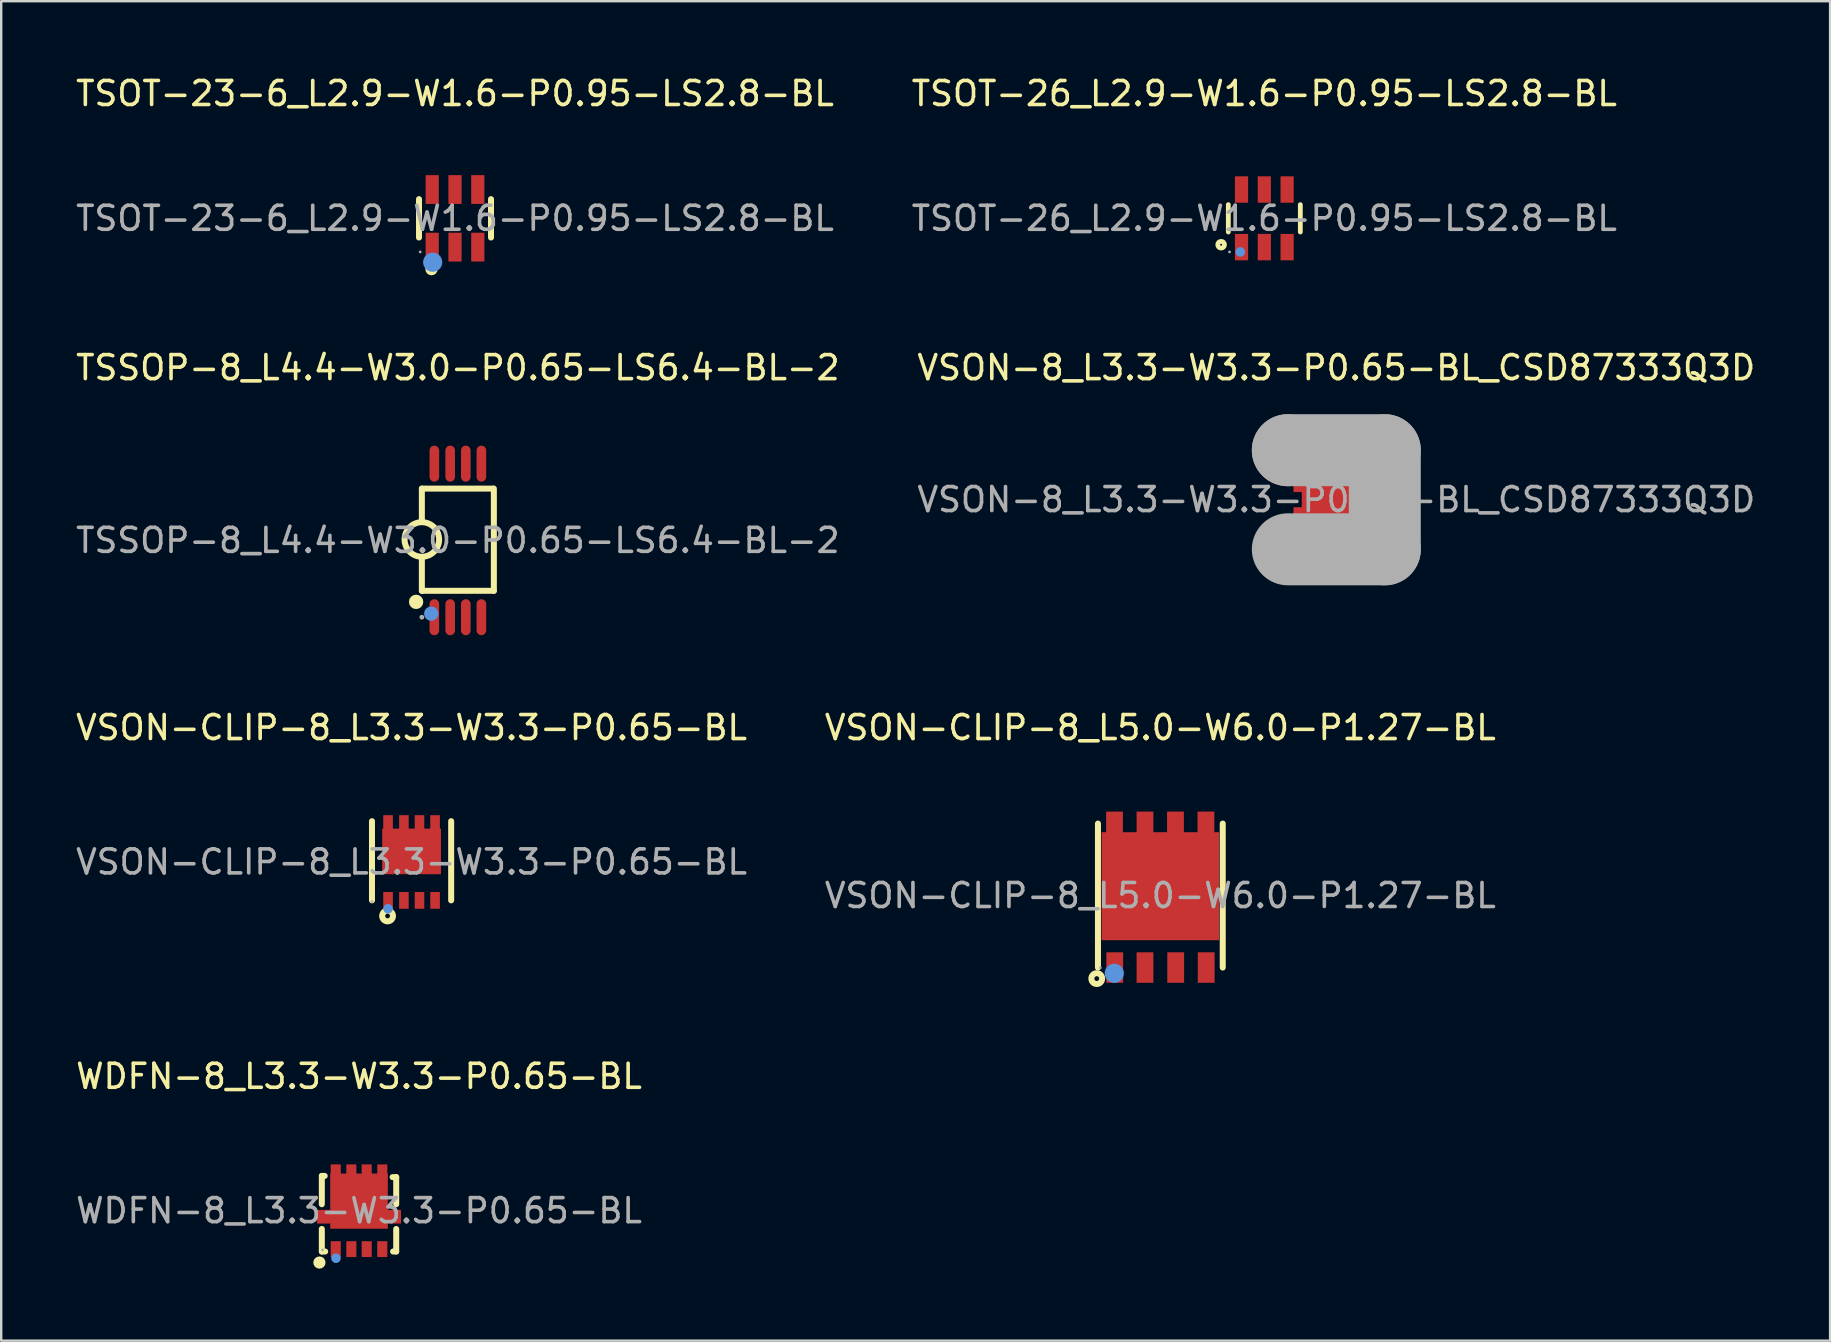
<source format=kicad_pcb>
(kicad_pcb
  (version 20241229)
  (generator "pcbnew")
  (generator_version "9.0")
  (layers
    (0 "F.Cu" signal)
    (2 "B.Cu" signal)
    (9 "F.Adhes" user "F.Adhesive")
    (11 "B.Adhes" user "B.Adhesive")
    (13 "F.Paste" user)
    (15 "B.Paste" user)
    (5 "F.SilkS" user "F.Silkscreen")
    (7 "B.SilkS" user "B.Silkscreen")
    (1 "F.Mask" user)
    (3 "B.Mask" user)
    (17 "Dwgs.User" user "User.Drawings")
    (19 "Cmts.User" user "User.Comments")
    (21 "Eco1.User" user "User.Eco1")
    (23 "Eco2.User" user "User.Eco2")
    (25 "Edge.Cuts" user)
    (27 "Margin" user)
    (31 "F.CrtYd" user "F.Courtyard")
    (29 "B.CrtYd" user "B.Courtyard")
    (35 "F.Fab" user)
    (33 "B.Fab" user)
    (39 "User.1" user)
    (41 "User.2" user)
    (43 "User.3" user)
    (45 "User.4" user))
  (footprint "TSSOP-8_L4.4-W3.0-P0.65-LS6.4-BL-2"
    (layer "F.Cu")
    (at 16.03 19.471)
    (property "Reference" "TSSOP-8_L4.4-W3.0-P0.65-LS6.4-BL-2" (at 0 -7.2 0) (layer "F.SilkS") (effects (font (size 1 1) (thickness 0.15))))
    (attr through_hole)
    (fp_line (start -1.5 -0.77) (end -1.5 -2.16) (stroke (width 0.25) (type solid)) (layer "F.SilkS"))
    (fp_line (start -1.5 2.1) (end -1.5 0.71) (stroke (width 0.25) (type solid)) (layer "F.SilkS"))
    (fp_line (start -1.5 2.1) (end 1.5 2.1) (stroke (width 0.25) (type solid)) (layer "F.SilkS"))
    (fp_line (start 1.46 -2.16) (end -1.5 -2.16) (stroke (width 0.25) (type solid)) (layer "F.SilkS"))
    (fp_line (start 1.5 2.1) (end 1.5 -2.16) (stroke (width 0.25) (type solid)) (layer "F.SilkS"))
    (fp_arc (start -1.74 2.56) (mid -1.74 2.56) (end -1.74 2.56) (stroke (width 0.3) (type solid)) (layer "F.SilkS"))
    (fp_arc (start -1.512566 0.67989) (mid -1.493717 -0.759972) (end -1.5 0.68) (stroke (width 0.25) (type solid)) (layer "F.SilkS"))
    (fp_circle (center -1.11 3.05) (end -0.96 3.05) (stroke (width 0.3) (type solid)) (fill no) (layer "Cmts.User"))
    (fp_circle (center -1.5 3.2) (end -1.45 3.2) (stroke (width 0.1) (type solid)) (fill no) (layer "F.Fab"))
    (fp_text user "${REFERENCE}" (at 0 0 0) (layer "F.Fab") (effects (font (size 1 1) (thickness 0.15))))
    (pad "1" smd oval (at -0.98 3.2 180) (size 0.4 1.5) (layers "F.Cu" "F.Mask" "F.Paste"))
    (pad "2" smd oval (at -0.32 3.2 180) (size 0.4 1.5) (layers "F.Cu" "F.Mask" "F.Paste"))
    (pad "3" smd oval (at 0.33 3.2 180) (size 0.4 1.5) (layers "F.Cu" "F.Mask" "F.Paste"))
    (pad "4" smd oval (at 0.98 3.2 180) (size 0.4 1.5) (layers "F.Cu" "F.Mask" "F.Paste"))
    (pad "5" smd oval (at 0.98 -3.2 180) (size 0.4 1.5) (layers "F.Cu" "F.Mask" "F.Paste"))
    (pad "6" smd oval (at 0.33 -3.2 180) (size 0.4 1.5) (layers "F.Cu" "F.Mask" "F.Paste"))
    (pad "7" smd oval (at -0.32 -3.2 180) (size 0.4 1.5) (layers "F.Cu" "F.Mask" "F.Paste"))
    (pad "8" smd oval (at -0.98 -3.2 180) (size 0.4 1.5) (layers "F.Cu" "F.Mask" "F.Paste")))
  (footprint "VSON-CLIP-8_L5.0-W6.0-P1.27-BL"
    (layer "F.Cu")
    (at 45.304 34.27)
    (property "Reference" "VSON-CLIP-8_L5.0-W6.0-P1.27-BL" (at 0 -7 0) (layer "F.SilkS") (effects (font (size 1 1) (thickness 0.15))))
    (attr through_hole)
    (fp_line (start -2.6 -3) (end -2.6 3) (stroke (width 0.25) (type solid)) (layer "F.SilkS"))
    (fp_line (start 2.6 -3) (end 2.6 3) (stroke (width 0.25) (type solid)) (layer "F.SilkS"))
    (fp_circle (center -2.65 3.46) (end -2.55 3.46) (stroke (width 0.25) (type solid)) (fill no) (layer "F.SilkS"))
    (fp_circle (center -1.92 3.24) (end -1.72 3.24) (stroke (width 0.4) (type solid)) (fill no) (layer "Cmts.User"))
    (fp_circle (center -2.5 3.01) (end -2.47 3.01) (stroke (width 0.06) (type solid)) (fill no) (layer "F.Fab"))
    (fp_text user "${REFERENCE}" (at 0 0 0) (layer "F.Fab") (effects (font (size 1 1) (thickness 0.15))))
    (pad "1" smd rect (at -1.9 3) (size 0.7 1.27) (layers "F.Cu" "F.Mask" "F.Paste"))
    (pad "2" smd rect (at -0.64 3) (size 0.7 1.27) (layers "F.Cu" "F.Mask" "F.Paste"))
    (pad "3" smd rect (at 0.64 3) (size 0.7 1.27) (layers "F.Cu" "F.Mask" "F.Paste"))
    (pad "4" smd rect (at 1.91 3) (size 0.7 1.27) (layers "F.Cu" "F.Mask" "F.Paste"))
    (pad "5" smd rect (at 1.9 -3) (size 0.7 1) (layers "F.Cu" "F.Mask" "F.Paste"))
    (pad "6" smd rect (at 0.63 -3) (size 0.7 1) (layers "F.Cu" "F.Mask" "F.Paste"))
    (pad "7" smd rect (at -0.64 -3) (size 0.7 1) (layers "F.Cu" "F.Mask" "F.Paste"))
    (pad "8" smd rect (at -1.91 -3) (size 0.7 1) (layers "F.Cu" "F.Mask" "F.Paste"))
    (pad "8" smd rect (at 0 -0.39) (size 4.9 4.5) (layers "F.Cu" "F.Mask" "F.Paste")))
  (footprint "TSOT-26_L2.9-W1.6-P0.95-LS2.8-BL"
    (layer "F.Cu")
    (at 49.637 6.048)
    (property "Reference" "TSOT-26_L2.9-W1.6-P0.95-LS2.8-BL" (at 0 -5.2 0) (layer "F.SilkS") (effects (font (size 1 1) (thickness 0.15))))
    (attr through_hole)
    (fp_line (start -1.5 0.57) (end -1.5 -0.57) (stroke (width 0.2) (type solid)) (layer "F.SilkS"))
    (fp_line (start 1.5 -0.57) (end 1.5 0.57) (stroke (width 0.2) (type solid)) (layer "F.SilkS"))
    (fp_circle (center -1.8 1.1) (end -1.66 1.1) (stroke (width 0.2) (type solid)) (fill no) (layer "F.SilkS"))
    (fp_circle (center -1 1.4) (end -0.9 1.4) (stroke (width 0.2) (type solid)) (fill no) (layer "Cmts.User"))
    (fp_circle (center -1.45 1.4) (end -1.42 1.4) (stroke (width 0.06) (type solid)) (fill no) (layer "F.Fab"))
    (fp_text user "${REFERENCE}" (at 0 0 0) (layer "F.Fab") (effects (font (size 1 1) (thickness 0.15))))
    (pad "1" smd rect (at -0.95 1.2 180) (size 0.55 1.1) (layers "F.Cu" "F.Mask" "F.Paste"))
    (pad "2" smd rect (at 0 1.2 180) (size 0.55 1.1) (layers "F.Cu" "F.Mask" "F.Paste"))
    (pad "3" smd rect (at 0.95 1.2 180) (size 0.55 1.1) (layers "F.Cu" "F.Mask" "F.Paste"))
    (pad "4" smd rect (at 0.95 -1.2 180) (size 0.55 1.1) (layers "F.Cu" "F.Mask" "F.Paste"))
    (pad "5" smd rect (at 0 -1.2 180) (size 0.55 1.1) (layers "F.Cu" "F.Mask" "F.Paste"))
    (pad "6" smd rect (at -0.95 -1.2 180) (size 0.55 1.1) (layers "F.Cu" "F.Mask" "F.Paste")))
  (footprint "VSON-CLIP-8_L3.3-W3.3-P0.65-BL"
    (layer "F.Cu")
    (at 14.101 32.87)
    (property "Reference" "VSON-CLIP-8_L3.3-W3.3-P0.65-BL" (at 0 -5.6 0) (layer "F.SilkS") (effects (font (size 1 1) (thickness 0.15))))
    (attr through_hole)
    (fp_line (start -1.65 -1.7) (end -1.65 1.6) (stroke (width 0.25) (type solid)) (layer "F.SilkS"))
    (fp_line (start 1.65 -1.7) (end 1.65 1.6) (stroke (width 0.25) (type solid)) (layer "F.SilkS"))
    (fp_circle (center -1 2.25) (end -0.9 2.25) (stroke (width 0.25) (type solid)) (fill no) (layer "F.SilkS"))
    (fp_circle (center -0.98 1.95) (end -0.88 1.95) (stroke (width 0.2) (type solid)) (fill no) (layer "Cmts.User"))
    (fp_circle (center -1.65 1.65) (end -1.62 1.65) (stroke (width 0.06) (type solid)) (fill no) (layer "F.Fab"))
    (fp_text user "${REFERENCE}" (at 0 0 0) (layer "F.Fab") (effects (font (size 1 1) (thickness 0.15))))
    (pad "1" smd rect (at -0.98 1.6) (size 0.4 0.7) (layers "F.Cu" "F.Mask" "F.Paste"))
    (pad "2" smd rect (at -0.32 1.6) (size 0.4 0.7) (layers "F.Cu" "F.Mask" "F.Paste"))
    (pad "3" smd rect (at 0.33 1.6) (size 0.4 0.7) (layers "F.Cu" "F.Mask" "F.Paste"))
    (pad "4" smd rect (at 0.98 1.6) (size 0.4 0.7) (layers "F.Cu" "F.Mask" "F.Paste"))
    (pad "5" smd rect (at 0.98 -1.6) (size 0.4 0.7) (layers "F.Cu" "F.Mask" "F.Paste"))
    (pad "6" smd rect (at 0.33 -1.6) (size 0.4 0.7) (layers "F.Cu" "F.Mask" "F.Paste"))
    (pad "7" smd rect (at -0.32 -1.6) (size 0.4 0.7) (layers "F.Cu" "F.Mask" "F.Paste"))
    (pad "8" smd rect (at -0.98 -1.6) (size 0.4 0.7) (layers "F.Cu" "F.Mask" "F.Paste"))
    (pad "8" smd rect (at 0 -0.44) (size 2.45 1.9) (layers "F.Cu" "F.Mask" "F.Paste")))
  (footprint "VSON-8_L3.3-W3.3-P0.65-BL_CSD87333Q3D"
    (layer "F.Cu")
    (at 52.637 17.771)
    (property "Reference" "VSON-8_L3.3-W3.3-P0.65-BL_CSD87333Q3D" (at 0 -5.5 0) (layer "F.SilkS") (effects (font (size 1 1) (thickness 0.15))))
    (attr through_hole)
    (fp_circle (center -1.17 2.49) (end -1.03 2.49) (stroke (width 0.25) (type solid)) (fill no) (layer "F.SilkS"))
    (fp_line (start -2.02 -2.06) (end -2.02 -2.06) (stroke (width 3) (type solid)) (layer "F.Fab"))
    (fp_line (start -2.02 -2.06) (end 2.02 -2.06) (stroke (width 3) (type solid)) (layer "F.Fab"))
    (fp_line (start 2.02 -2.06) (end 2.02 2.07) (stroke (width 3) (type solid)) (layer "F.Fab"))
    (fp_line (start 2.02 2.07) (end -2.02 2.07) (stroke (width 3) (type solid)) (layer "F.Fab"))
    (fp_circle (center -2.15 2.76) (end -2.12 2.76) (stroke (width 0.06) (type solid)) (fill no) (layer "F.Fab"))
    (fp_text user "${REFERENCE}" (at 0 0 0) (layer "F.Fab") (effects (font (size 1 1) (thickness 0.15))))
    (pad "1" smd rect (at -0.95 1.5 180) (size 0.7 0.65) (layers "F.Cu" "F.Mask" "F.Paste"))
    (pad "2" smd rect (at -0.41 1.5 180) (size 0.55 0.65) (layers "F.Cu" "F.Mask" "F.Paste"))
    (pad "3" smd rect (at 0.29 1.5 180) (size 0.45 0.65) (layers "F.Cu" "F.Mask" "F.Paste"))
    (pad "4" smd rect (at 0.94 1.5 180) (size 0.45 0.65) (layers "F.Cu" "F.Mask" "F.Paste"))
    (pad "5" smd rect (at 0.94 -1.5 180) (size 0.45 0.65) (layers "F.Cu" "F.Mask" "F.Paste"))
    (pad "6" smd rect (at 0.29 -1.5 180) (size 0.45 0.65) (layers "F.Cu" "F.Mask" "F.Paste"))
    (pad "7" smd rect (at -0.36 -1.5 180) (size 0.45 0.65) (layers "F.Cu" "F.Mask" "F.Paste"))
    (pad "8" smd rect (at -1.01 -1.5 180) (size 0.45 0.65) (layers "F.Cu" "F.Mask" "F.Paste"))
    (pad "9" smd rect (at -1.46 -0.49 90) (size 0.35 0.65) (layers "F.Cu" "F.Mask" "F.Paste"))
    (pad "9" smd rect (at -1.46 0.49 90) (size 0.35 0.65) (layers "F.Cu" "F.Mask" "F.Paste"))
    (pad "9" smd rect (at -0.04 0 90) (size 1.9 2.8) (layers "F.Cu" "F.Mask" "F.Paste"))
    (pad "9" smd rect (at 1.46 -0.49 90) (size 0.35 0.65) (layers "F.Cu" "F.Mask" "F.Paste"))
    (pad "9" smd rect (at 1.46 0.49 90) (size 0.35 0.65) (layers "F.Cu" "F.Mask" "F.Paste")))
  (footprint "TSOT-23-6_L2.9-W1.6-P0.95-LS2.8-BL"
    (layer "F.Cu")
    (at 15.911 6.048)
    (property "Reference" "TSOT-23-6_L2.9-W1.6-P0.95-LS2.8-BL" (at 0 -5.2 0) (layer "F.SilkS") (effects (font (size 1 1) (thickness 0.15))))
    (attr through_hole)
    (fp_line (start -1.5 0.8) (end -1.5 -0.8) (stroke (width 0.25) (type solid)) (layer "F.SilkS"))
    (fp_line (start 1.5 -0.8) (end 1.5 0.8) (stroke (width 0.25) (type solid)) (layer "F.SilkS"))
    (fp_circle (center -0.98 2.12) (end -0.85 2.12) (stroke (width 0.25) (type solid)) (fill no) (layer "F.SilkS"))
    (fp_circle (center -0.93 1.83) (end -0.73 1.83) (stroke (width 0.4) (type solid)) (fill no) (layer "Cmts.User"))
    (fp_circle (center -1.45 1.4) (end -1.42 1.4) (stroke (width 0.06) (type solid)) (fill no) (layer "F.Fab"))
    (fp_text user "${REFERENCE}" (at 0 0 0) (layer "F.Fab") (effects (font (size 1 1) (thickness 0.15))))
    (pad "1" smd rect (at -0.95 1.2) (size 0.55 1.2) (layers "F.Cu" "F.Mask" "F.Paste"))
    (pad "2" smd rect (at 0 1.2) (size 0.55 1.2) (layers "F.Cu" "F.Mask" "F.Paste"))
    (pad "3" smd rect (at 0.95 1.2) (size 0.55 1.2) (layers "F.Cu" "F.Mask" "F.Paste"))
    (pad "4" smd rect (at 0.95 -1.2) (size 0.55 1.2) (layers "F.Cu" "F.Mask" "F.Paste"))
    (pad "5" smd rect (at 0 -1.2) (size 0.55 1.2) (layers "F.Cu" "F.Mask" "F.Paste"))
    (pad "6" smd rect (at -0.95 -1.2) (size 0.55 1.2) (layers "F.Cu" "F.Mask" "F.Paste")))
  (footprint "WDFN-8_L3.3-W3.3-P0.65-BL"
    (layer "F.Cu")
    (at 11.911 47.403)
    (property "Reference" "WDFN-8_L3.3-W3.3-P0.65-BL" (at 0 -5.6 0) (layer "F.SilkS") (effects (font (size 1 1) (thickness 0.15))))
    (attr through_hole)
    (fp_line (start -1.55 -1.45) (end -1.55 -0.27) (stroke (width 0.25) (type solid)) (layer "F.SilkS"))
    (fp_line (start -1.55 0.76) (end -1.55 1.7) (stroke (width 0.25) (type solid)) (layer "F.SilkS"))
    (fp_line (start -1.55 1.7) (end -1.41 1.7) (stroke (width 0.25) (type solid)) (layer "F.SilkS"))
    (fp_line (start -1.43 -1.45) (end -1.55 -1.45) (stroke (width 0.25) (type solid)) (layer "F.SilkS"))
    (fp_line (start 1.42 1.7) (end 1.55 1.7) (stroke (width 0.25) (type solid)) (layer "F.SilkS"))
    (fp_line (start 1.55 -1.4) (end 1.4 -1.4) (stroke (width 0.25) (type solid)) (layer "F.SilkS"))
    (fp_line (start 1.55 -0.27) (end 1.55 -1.4) (stroke (width 0.25) (type solid)) (layer "F.SilkS"))
    (fp_line (start 1.55 1.7) (end 1.55 0.76) (stroke (width 0.25) (type solid)) (layer "F.SilkS"))
    (fp_circle (center -1.65 2.16) (end -1.52 2.16) (stroke (width 0.25) (type solid)) (fill no) (layer "F.SilkS"))
    (fp_circle (center -0.96 1.98) (end -0.86 1.98) (stroke (width 0.2) (type solid)) (fill no) (layer "Cmts.User"))
    (fp_circle (center -1.52 1.63) (end -1.49 1.63) (stroke (width 0.06) (type solid)) (fill no) (layer "F.Fab"))
    (fp_text user "${REFERENCE}" (at 0 0 0) (layer "F.Fab") (effects (font (size 1 1) (thickness 0.15))))
    (pad "1" smd rect (at -0.97 1.6 270) (size 0.66 0.42) (layers "F.Cu" "F.Mask" "F.Paste"))
    (pad "2" smd rect (at -0.32 1.6 90) (size 0.66 0.42) (layers "F.Cu" "F.Mask" "F.Paste"))
    (pad "3" smd rect (at 0.32 1.6 90) (size 0.66 0.42) (layers "F.Cu" "F.Mask" "F.Paste"))
    (pad "4" smd rect (at 0.97 1.6 90) (size 0.66 0.42) (layers "F.Cu" "F.Mask" "F.Paste"))
    (pad "5" smd rect (at 0.97 -1.6 90) (size 0.66 0.42) (layers "F.Cu" "F.Mask" "F.Paste"))
    (pad "6" smd rect (at 0.32 -1.6 90) (size 0.66 0.42) (layers "F.Cu" "F.Mask" "F.Paste"))
    (pad "7" smd rect (at -0.32 -1.6 90) (size 0.66 0.42) (layers "F.Cu" "F.Mask" "F.Paste"))
    (pad "8" smd rect (at -0.97 -1.6 90) (size 0.66 0.42) (layers "F.Cu" "F.Mask" "F.Paste"))
    (pad "9" smd rect (at -1.45 0.25 180) (size 0.6 0.57) (layers "F.Cu" "F.Mask" "F.Paste"))
    (pad "10" smd rect (at 1.45 0.25 180) (size 0.6 0.57) (layers "F.Cu" "F.Mask" "F.Paste"))
    (pad "11" smd rect (at 0 -0.4 180) (size 2.4 2.3) (layers "F.Cu" "F.Mask" "F.Paste")))
  (gr_rect
    (start -3 -3)
    (end 73.214 52.818)
    (stroke (width 0.1) (type default))
    (fill no)
    (layer "Edge.Cuts")))
</source>
